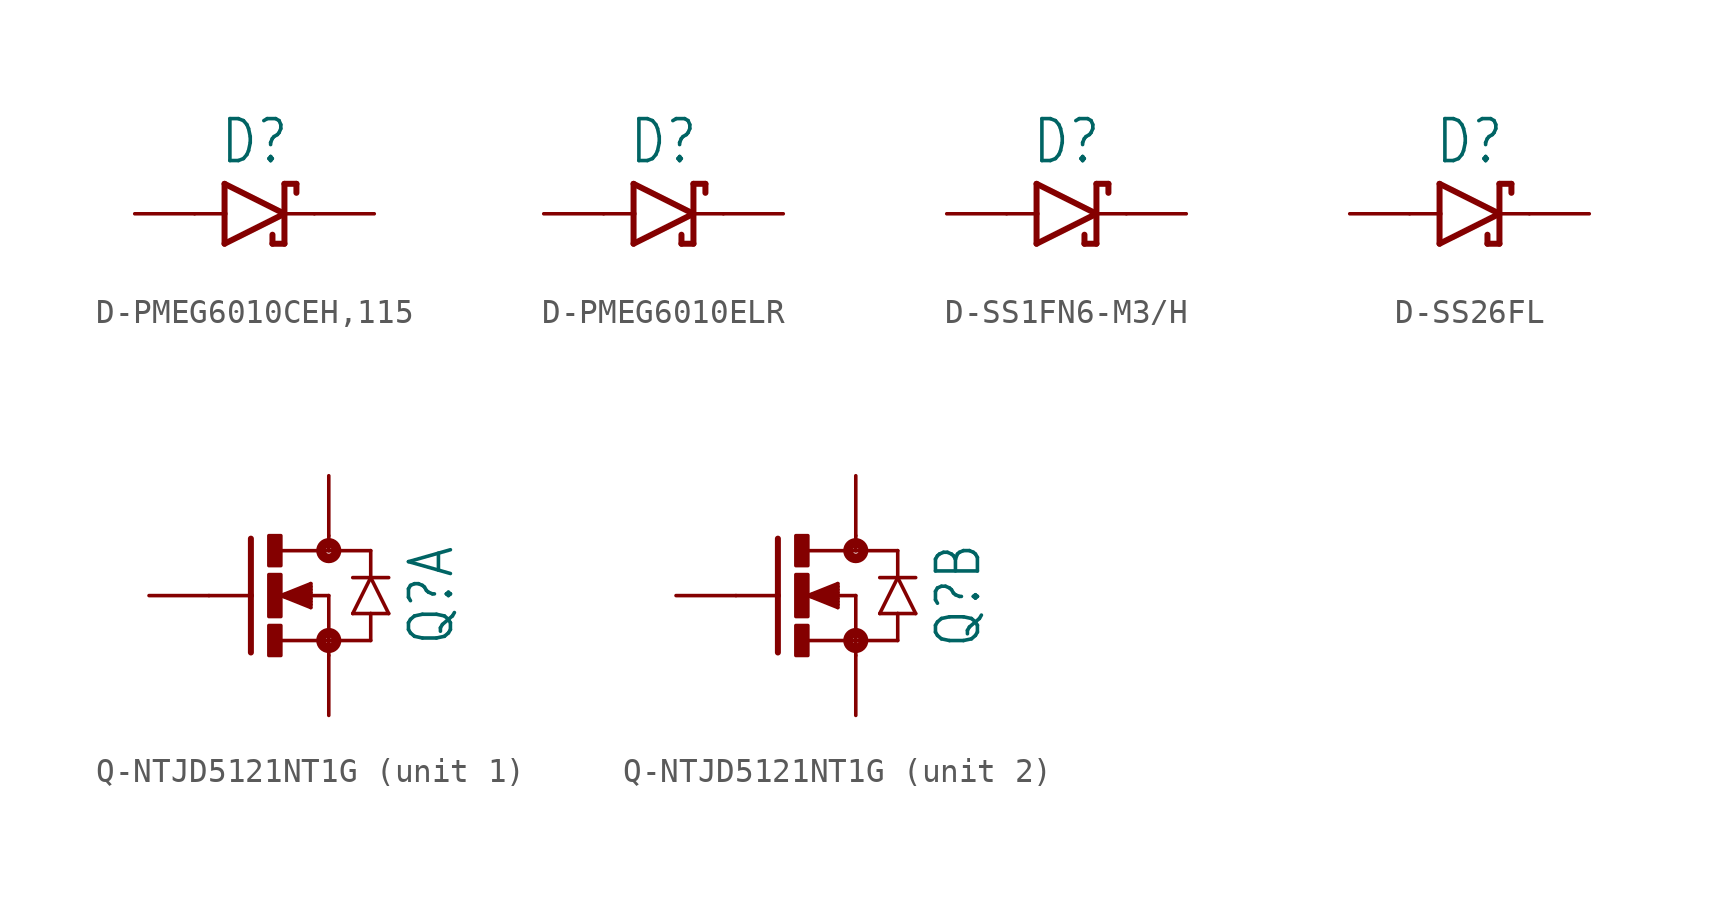
<source format=kicad_sym>
(kicad_symbol_lib
  (version 20231120)
  (generator "kicad_symbol_editor")
  (generator_version "8.0")
  (symbol "D-PMEG6010CEH,115"
    (property "Reference" "D"
      (at 0 2.032 0)
      (effects (font (size 1.778 1.511)) (justify bottom)))
    (property "Value" ""
      (at 0 -2.032 0)
      (effects (font (size 1.778 1.511)) (justify top)))
    (property "ki_locked" ""
      (at 0 0 0)
      (effects (font (size 1.27 1.27))))
    (symbol "D-PMEG6010CEH,115_1_0"
      (polyline (pts (xy -2.54 0) (xy -1.27 0)) (stroke (width 0.152) (type solid)) (fill (type none)))
      (polyline (pts (xy -1.27 -1.27) (xy 1.27 0)) (stroke (width 0.254) (type solid)) (fill (type none)))
      (polyline (pts (xy -1.27 0) (xy -1.27 -1.27)) (stroke (width 0.254) (type solid)) (fill (type none)))
      (polyline (pts (xy -1.27 1.27) (xy -1.27 0)) (stroke (width 0.254) (type solid)) (fill (type none)))
      (polyline (pts (xy 0.762 -1.27) (xy 0.762 -0.889)) (stroke (width 0.254) (type solid)) (fill (type none)))
      (polyline (pts (xy 1.27 -1.27) (xy 0.762 -1.27)) (stroke (width 0.254) (type solid)) (fill (type none)))
      (polyline (pts (xy 1.27 0) (xy -1.27 1.27)) (stroke (width 0.254) (type solid)) (fill (type none)))
      (polyline (pts (xy 1.27 0) (xy 1.27 -1.27)) (stroke (width 0.254) (type solid)) (fill (type none)))
      (polyline (pts (xy 1.27 1.27) (xy 1.27 0)) (stroke (width 0.254) (type solid)) (fill (type none)))
      (polyline (pts (xy 1.27 1.27) (xy 1.778 1.27)) (stroke (width 0.254) (type solid)) (fill (type none)))
      (polyline (pts (xy 1.778 0.889) (xy 1.778 1.27)) (stroke (width 0.254) (type solid)) (fill (type none)))
      (polyline (pts (xy 2.54 0) (xy 1.27 0)) (stroke (width 0.152) (type solid)) (fill (type none)))
      (pin passive line (at 5.08 0 180) (length 2.54) (name "C" (effects (font (size 0 0)))) (number "1" (effects (font (size 0 0)))))
      (pin passive line (at -5.08 0 0) (length 2.54) (name "A" (effects (font (size 0 0)))) (number "2" (effects (font (size 0 0)))))))
  (symbol "D-PMEG6010ELR"
    (property "Reference" "D"
      (at 0 2.032 0)
      (effects (font (size 1.778 1.511)) (justify bottom)))
    (property "Value" ""
      (at 0 -2.032 0)
      (effects (font (size 1.778 1.511)) (justify top)))
    (property "ki_locked" ""
      (at 0 0 0)
      (effects (font (size 1.27 1.27))))
    (symbol "D-PMEG6010ELR_1_0"
      (polyline (pts (xy -2.54 0) (xy -1.27 0)) (stroke (width 0.152) (type solid)) (fill (type none)))
      (polyline (pts (xy -1.27 -1.27) (xy 1.27 0)) (stroke (width 0.254) (type solid)) (fill (type none)))
      (polyline (pts (xy -1.27 0) (xy -1.27 -1.27)) (stroke (width 0.254) (type solid)) (fill (type none)))
      (polyline (pts (xy -1.27 1.27) (xy -1.27 0)) (stroke (width 0.254) (type solid)) (fill (type none)))
      (polyline (pts (xy 0.762 -1.27) (xy 0.762 -0.889)) (stroke (width 0.254) (type solid)) (fill (type none)))
      (polyline (pts (xy 1.27 -1.27) (xy 0.762 -1.27)) (stroke (width 0.254) (type solid)) (fill (type none)))
      (polyline (pts (xy 1.27 0) (xy -1.27 1.27)) (stroke (width 0.254) (type solid)) (fill (type none)))
      (polyline (pts (xy 1.27 0) (xy 1.27 -1.27)) (stroke (width 0.254) (type solid)) (fill (type none)))
      (polyline (pts (xy 1.27 1.27) (xy 1.27 0)) (stroke (width 0.254) (type solid)) (fill (type none)))
      (polyline (pts (xy 1.27 1.27) (xy 1.778 1.27)) (stroke (width 0.254) (type solid)) (fill (type none)))
      (polyline (pts (xy 1.778 0.889) (xy 1.778 1.27)) (stroke (width 0.254) (type solid)) (fill (type none)))
      (polyline (pts (xy 2.54 0) (xy 1.27 0)) (stroke (width 0.152) (type solid)) (fill (type none)))
      (pin passive line (at -5.08 0 0) (length 2.54) (name "A" (effects (font (size 0 0)))) (number "A" (effects (font (size 0 0)))))
      (pin passive line (at 5.08 0 180) (length 2.54) (name "C" (effects (font (size 0 0)))) (number "C" (effects (font (size 0 0)))))))
  (symbol "D-SS1FN6-M3/H"
    (property "Reference" "D"
      (at 0 2.032 0)
      (effects (font (size 1.778 1.511)) (justify bottom)))
    (property "Value" ""
      (at 0 -2.032 0)
      (effects (font (size 1.778 1.511)) (justify top)))
    (property "ki_locked" ""
      (at 0 0 0)
      (effects (font (size 1.27 1.27))))
    (symbol "D-SS1FN6-M3/H_1_0"
      (polyline (pts (xy -2.54 0) (xy -1.27 0)) (stroke (width 0.152) (type solid)) (fill (type none)))
      (polyline (pts (xy -1.27 -1.27) (xy 1.27 0)) (stroke (width 0.254) (type solid)) (fill (type none)))
      (polyline (pts (xy -1.27 0) (xy -1.27 -1.27)) (stroke (width 0.254) (type solid)) (fill (type none)))
      (polyline (pts (xy -1.27 1.27) (xy -1.27 0)) (stroke (width 0.254) (type solid)) (fill (type none)))
      (polyline (pts (xy 0.762 -1.27) (xy 0.762 -0.889)) (stroke (width 0.254) (type solid)) (fill (type none)))
      (polyline (pts (xy 1.27 -1.27) (xy 0.762 -1.27)) (stroke (width 0.254) (type solid)) (fill (type none)))
      (polyline (pts (xy 1.27 0) (xy -1.27 1.27)) (stroke (width 0.254) (type solid)) (fill (type none)))
      (polyline (pts (xy 1.27 0) (xy 1.27 -1.27)) (stroke (width 0.254) (type solid)) (fill (type none)))
      (polyline (pts (xy 1.27 1.27) (xy 1.27 0)) (stroke (width 0.254) (type solid)) (fill (type none)))
      (polyline (pts (xy 1.27 1.27) (xy 1.778 1.27)) (stroke (width 0.254) (type solid)) (fill (type none)))
      (polyline (pts (xy 1.778 0.889) (xy 1.778 1.27)) (stroke (width 0.254) (type solid)) (fill (type none)))
      (polyline (pts (xy 2.54 0) (xy 1.27 0)) (stroke (width 0.152) (type solid)) (fill (type none)))
      (pin passive line (at 5.08 0 180) (length 2.54) (name "C" (effects (font (size 0 0)))) (number "1" (effects (font (size 0 0)))))
      (pin passive line (at -5.08 0 0) (length 2.54) (name "A" (effects (font (size 0 0)))) (number "2" (effects (font (size 0 0)))))))
  (symbol "D-SS26FL"
    (property "Reference" "D"
      (at 0 2.032 0)
      (effects (font (size 1.778 1.511)) (justify bottom)))
    (property "Value" ""
      (at 0 -2.032 0)
      (effects (font (size 1.778 1.511)) (justify top)))
    (property "ki_locked" ""
      (at 0 0 0)
      (effects (font (size 1.27 1.27))))
    (symbol "D-SS26FL_1_0"
      (polyline (pts (xy -2.54 0) (xy -1.27 0)) (stroke (width 0.152) (type solid)) (fill (type none)))
      (polyline (pts (xy -1.27 -1.27) (xy 1.27 0)) (stroke (width 0.254) (type solid)) (fill (type none)))
      (polyline (pts (xy -1.27 0) (xy -1.27 -1.27)) (stroke (width 0.254) (type solid)) (fill (type none)))
      (polyline (pts (xy -1.27 1.27) (xy -1.27 0)) (stroke (width 0.254) (type solid)) (fill (type none)))
      (polyline (pts (xy 0.762 -1.27) (xy 0.762 -0.889)) (stroke (width 0.254) (type solid)) (fill (type none)))
      (polyline (pts (xy 1.27 -1.27) (xy 0.762 -1.27)) (stroke (width 0.254) (type solid)) (fill (type none)))
      (polyline (pts (xy 1.27 0) (xy -1.27 1.27)) (stroke (width 0.254) (type solid)) (fill (type none)))
      (polyline (pts (xy 1.27 0) (xy 1.27 -1.27)) (stroke (width 0.254) (type solid)) (fill (type none)))
      (polyline (pts (xy 1.27 1.27) (xy 1.27 0)) (stroke (width 0.254) (type solid)) (fill (type none)))
      (polyline (pts (xy 1.27 1.27) (xy 1.778 1.27)) (stroke (width 0.254) (type solid)) (fill (type none)))
      (polyline (pts (xy 1.778 0.889) (xy 1.778 1.27)) (stroke (width 0.254) (type solid)) (fill (type none)))
      (polyline (pts (xy 2.54 0) (xy 1.27 0)) (stroke (width 0.152) (type solid)) (fill (type none)))
      (pin passive line (at -5.08 0 0) (length 2.54) (name "A" (effects (font (size 0 0)))) (number "A" (effects (font (size 0 0)))))
      (pin passive line (at 5.08 0 180) (length 2.54) (name "C" (effects (font (size 0 0)))) (number "C" (effects (font (size 0 0)))))))
  (symbol "Q-NTJD5121NT1G"
    (property "Reference" "Q"
      (at 5.842 0 90)
      (effects (font (size 1.778 1.511)) (justify top)))
    (property "Value" ""
      (at 8.382 0 90)
      (effects (font (size 1.778 1.511)) (justify top)))
    (property "ki_locked" ""
      (at 0 0 0)
      (effects (font (size 1.27 1.27))))
    (symbol "Q-NTJD5121NT1G_1_0"
      (rectangle (start 0 -2.54) (end 0.508 -1.27) (stroke (width 0) (type default)) (fill (type outline)))
      (rectangle (start 0 -0.889) (end 0.508 0.889) (stroke (width 0) (type default)) (fill (type outline)))
      (polyline (pts (xy -0.762 0) (xy -2.54 0)) (stroke (width 0.152) (type solid)) (fill (type none)))
      (polyline (pts (xy -0.762 0) (xy -0.762 -2.413)) (stroke (width 0.254) (type solid)) (fill (type none)))
      (polyline (pts (xy -0.762 2.413) (xy -0.762 0)) (stroke (width 0.254) (type solid)) (fill (type none)))
      (polyline (pts (xy 0.508 -1.905) (xy 2.54 -1.905)) (stroke (width 0.152) (type solid)) (fill (type none)))
      (polyline (pts (xy 0.508 0) (xy 1.778 -0.508)) (stroke (width 0.152) (type solid)) (fill (type none)))
      (polyline (pts (xy 0.508 0) (xy 1.778 -0.381)) (stroke (width 0.152) (type solid)) (fill (type none)))
      (polyline (pts (xy 0.508 0) (xy 1.778 -0.254)) (stroke (width 0.152) (type solid)) (fill (type none)))
      (polyline (pts (xy 0.508 0) (xy 1.778 -0.127)) (stroke (width 0.152) (type solid)) (fill (type none)))
      (polyline (pts (xy 0.508 0) (xy 1.778 0.127)) (stroke (width 0.152) (type solid)) (fill (type none)))
      (polyline (pts (xy 0.508 0) (xy 1.778 0.254)) (stroke (width 0.152) (type solid)) (fill (type none)))
      (polyline (pts (xy 0.508 0) (xy 1.778 0.381)) (stroke (width 0.152) (type solid)) (fill (type none)))
      (polyline (pts (xy 0.508 0) (xy 1.778 0.508)) (stroke (width 0.152) (type solid)) (fill (type none)))
      (polyline (pts (xy 1.778 -0.381) (xy 1.778 -0.508)) (stroke (width 0.152) (type solid)) (fill (type none)))
      (polyline (pts (xy 1.778 -0.254) (xy 1.778 -0.381)) (stroke (width 0.152) (type solid)) (fill (type none)))
      (polyline (pts (xy 1.778 -0.127) (xy 1.778 -0.254)) (stroke (width 0.152) (type solid)) (fill (type none)))
      (polyline (pts (xy 1.778 0.127) (xy 1.778 -0.127)) (stroke (width 0.152) (type solid)) (fill (type none)))
      (polyline (pts (xy 1.778 0.254) (xy 1.778 0.127)) (stroke (width 0.152) (type solid)) (fill (type none)))
      (polyline (pts (xy 1.778 0.381) (xy 1.778 0.254)) (stroke (width 0.152) (type solid)) (fill (type none)))
      (polyline (pts (xy 1.778 0.508) (xy 1.778 0.381)) (stroke (width 0.152) (type solid)) (fill (type none)))
      (polyline (pts (xy 2.54 -1.905) (xy 2.54 -2.54)) (stroke (width 0.152) (type solid)) (fill (type none)))
      (polyline (pts (xy 2.54 0) (xy 0.508 0)) (stroke (width 0.152) (type solid)) (fill (type none)))
      (polyline (pts (xy 2.54 0) (xy 2.54 -1.905)) (stroke (width 0.152) (type solid)) (fill (type none)))
      (polyline (pts (xy 2.54 1.905) (xy 0.533 1.905)) (stroke (width 0.152) (type solid)) (fill (type none)))
      (polyline (pts (xy 2.54 2.54) (xy 2.54 1.905)) (stroke (width 0.152) (type solid)) (fill (type none)))
      (polyline (pts (xy 3.556 -0.762) (xy 4.318 -0.762)) (stroke (width 0.152) (type solid)) (fill (type none)))
      (polyline (pts (xy 3.556 0.762) (xy 4.318 0.762)) (stroke (width 0.152) (type solid)) (fill (type none)))
      (polyline (pts (xy 4.318 -1.905) (xy 2.54 -1.905)) (stroke (width 0.152) (type solid)) (fill (type none)))
      (polyline (pts (xy 4.318 -1.905) (xy 4.318 -0.762)) (stroke (width 0.152) (type solid)) (fill (type none)))
      (polyline (pts (xy 4.318 -0.762) (xy 5.08 -0.762)) (stroke (width 0.152) (type solid)) (fill (type none)))
      (polyline (pts (xy 4.318 0.762) (xy 3.556 -0.762)) (stroke (width 0.152) (type solid)) (fill (type none)))
      (polyline (pts (xy 4.318 0.762) (xy 5.08 0.762)) (stroke (width 0.152) (type solid)) (fill (type none)))
      (polyline (pts (xy 4.318 1.905) (xy 2.54 1.905)) (stroke (width 0.152) (type solid)) (fill (type none)))
      (polyline (pts (xy 4.318 1.905) (xy 4.318 0.762)) (stroke (width 0.152) (type solid)) (fill (type none)))
      (polyline (pts (xy 5.08 -0.762) (xy 4.318 0.762)) (stroke (width 0.152) (type solid)) (fill (type none)))
      (rectangle (start 0 1.27) (end 0.508 2.54) (stroke (width 0) (type default)) (fill (type outline)))
      (circle (center 2.54 -1.905) (radius 0.127) (stroke (width 0.406) (type solid)) (fill (type none)))
      (circle (center 2.54 1.905) (radius 0.127) (stroke (width 0.406) (type solid)) (fill (type none)))
      (pin passive line (at 2.54 -5.08 90) (length 2.54) (name "S" (effects (font (size 0 0)))) (number "1" (effects (font (size 0 0)))))
      (pin passive line (at -5.08 0 0) (length 2.54) (name "G" (effects (font (size 0 0)))) (number "2" (effects (font (size 0 0)))))
      (pin passive line (at 2.54 5.08 270) (length 2.54) (name "D" (effects (font (size 0 0)))) (number "6" (effects (font (size 0 0))))))
    (symbol "Q-NTJD5121NT1G_2_0"
      (rectangle (start 0 -2.54) (end 0.508 -1.27) (stroke (width 0) (type default)) (fill (type outline)))
      (rectangle (start 0 -0.889) (end 0.508 0.889) (stroke (width 0) (type default)) (fill (type outline)))
      (polyline (pts (xy -0.762 0) (xy -2.54 0)) (stroke (width 0.152) (type solid)) (fill (type none)))
      (polyline (pts (xy -0.762 0) (xy -0.762 -2.413)) (stroke (width 0.254) (type solid)) (fill (type none)))
      (polyline (pts (xy -0.762 2.413) (xy -0.762 0)) (stroke (width 0.254) (type solid)) (fill (type none)))
      (polyline (pts (xy 0.508 -1.905) (xy 2.54 -1.905)) (stroke (width 0.152) (type solid)) (fill (type none)))
      (polyline (pts (xy 0.508 0) (xy 1.778 -0.508)) (stroke (width 0.152) (type solid)) (fill (type none)))
      (polyline (pts (xy 0.508 0) (xy 1.778 -0.381)) (stroke (width 0.152) (type solid)) (fill (type none)))
      (polyline (pts (xy 0.508 0) (xy 1.778 -0.254)) (stroke (width 0.152) (type solid)) (fill (type none)))
      (polyline (pts (xy 0.508 0) (xy 1.778 -0.127)) (stroke (width 0.152) (type solid)) (fill (type none)))
      (polyline (pts (xy 0.508 0) (xy 1.778 0.127)) (stroke (width 0.152) (type solid)) (fill (type none)))
      (polyline (pts (xy 0.508 0) (xy 1.778 0.254)) (stroke (width 0.152) (type solid)) (fill (type none)))
      (polyline (pts (xy 0.508 0) (xy 1.778 0.381)) (stroke (width 0.152) (type solid)) (fill (type none)))
      (polyline (pts (xy 0.508 0) (xy 1.778 0.508)) (stroke (width 0.152) (type solid)) (fill (type none)))
      (polyline (pts (xy 1.778 -0.381) (xy 1.778 -0.508)) (stroke (width 0.152) (type solid)) (fill (type none)))
      (polyline (pts (xy 1.778 -0.254) (xy 1.778 -0.381)) (stroke (width 0.152) (type solid)) (fill (type none)))
      (polyline (pts (xy 1.778 -0.127) (xy 1.778 -0.254)) (stroke (width 0.152) (type solid)) (fill (type none)))
      (polyline (pts (xy 1.778 0.127) (xy 1.778 -0.127)) (stroke (width 0.152) (type solid)) (fill (type none)))
      (polyline (pts (xy 1.778 0.254) (xy 1.778 0.127)) (stroke (width 0.152) (type solid)) (fill (type none)))
      (polyline (pts (xy 1.778 0.381) (xy 1.778 0.254)) (stroke (width 0.152) (type solid)) (fill (type none)))
      (polyline (pts (xy 1.778 0.508) (xy 1.778 0.381)) (stroke (width 0.152) (type solid)) (fill (type none)))
      (polyline (pts (xy 2.54 -1.905) (xy 2.54 -2.54)) (stroke (width 0.152) (type solid)) (fill (type none)))
      (polyline (pts (xy 2.54 0) (xy 0.508 0)) (stroke (width 0.152) (type solid)) (fill (type none)))
      (polyline (pts (xy 2.54 0) (xy 2.54 -1.905)) (stroke (width 0.152) (type solid)) (fill (type none)))
      (polyline (pts (xy 2.54 1.905) (xy 0.533 1.905)) (stroke (width 0.152) (type solid)) (fill (type none)))
      (polyline (pts (xy 2.54 2.54) (xy 2.54 1.905)) (stroke (width 0.152) (type solid)) (fill (type none)))
      (polyline (pts (xy 3.556 -0.762) (xy 4.318 -0.762)) (stroke (width 0.152) (type solid)) (fill (type none)))
      (polyline (pts (xy 3.556 0.762) (xy 4.318 0.762)) (stroke (width 0.152) (type solid)) (fill (type none)))
      (polyline (pts (xy 4.318 -1.905) (xy 2.54 -1.905)) (stroke (width 0.152) (type solid)) (fill (type none)))
      (polyline (pts (xy 4.318 -1.905) (xy 4.318 -0.762)) (stroke (width 0.152) (type solid)) (fill (type none)))
      (polyline (pts (xy 4.318 -0.762) (xy 5.08 -0.762)) (stroke (width 0.152) (type solid)) (fill (type none)))
      (polyline (pts (xy 4.318 0.762) (xy 3.556 -0.762)) (stroke (width 0.152) (type solid)) (fill (type none)))
      (polyline (pts (xy 4.318 0.762) (xy 5.08 0.762)) (stroke (width 0.152) (type solid)) (fill (type none)))
      (polyline (pts (xy 4.318 1.905) (xy 2.54 1.905)) (stroke (width 0.152) (type solid)) (fill (type none)))
      (polyline (pts (xy 4.318 1.905) (xy 4.318 0.762)) (stroke (width 0.152) (type solid)) (fill (type none)))
      (polyline (pts (xy 5.08 -0.762) (xy 4.318 0.762)) (stroke (width 0.152) (type solid)) (fill (type none)))
      (rectangle (start 0 1.27) (end 0.508 2.54) (stroke (width 0) (type default)) (fill (type outline)))
      (circle (center 2.54 -1.905) (radius 0.127) (stroke (width 0.406) (type solid)) (fill (type none)))
      (circle (center 2.54 1.905) (radius 0.127) (stroke (width 0.406) (type solid)) (fill (type none)))
      (pin passive line (at 2.54 5.08 270) (length 2.54) (name "D" (effects (font (size 0 0)))) (number "3" (effects (font (size 0 0)))))
      (pin passive line (at 2.54 -5.08 90) (length 2.54) (name "S" (effects (font (size 0 0)))) (number "4" (effects (font (size 0 0)))))
      (pin passive line (at -5.08 0 0) (length 2.54) (name "G" (effects (font (size 0 0)))) (number "5" (effects (font (size 0 0))))))))
</source>
